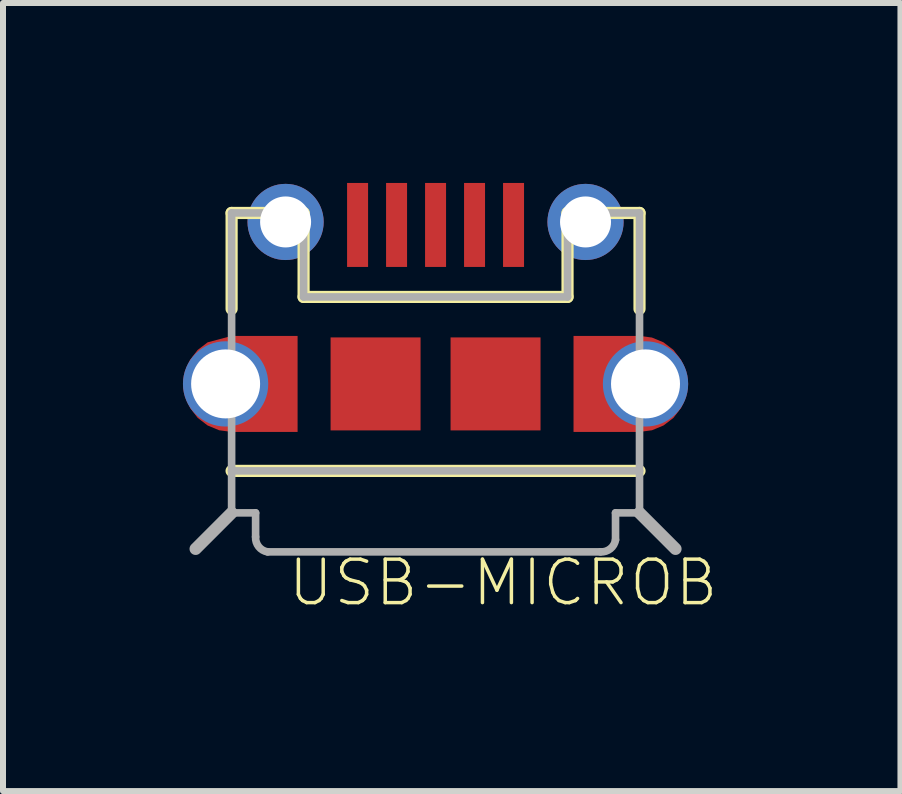
<source format=kicad_pcb>
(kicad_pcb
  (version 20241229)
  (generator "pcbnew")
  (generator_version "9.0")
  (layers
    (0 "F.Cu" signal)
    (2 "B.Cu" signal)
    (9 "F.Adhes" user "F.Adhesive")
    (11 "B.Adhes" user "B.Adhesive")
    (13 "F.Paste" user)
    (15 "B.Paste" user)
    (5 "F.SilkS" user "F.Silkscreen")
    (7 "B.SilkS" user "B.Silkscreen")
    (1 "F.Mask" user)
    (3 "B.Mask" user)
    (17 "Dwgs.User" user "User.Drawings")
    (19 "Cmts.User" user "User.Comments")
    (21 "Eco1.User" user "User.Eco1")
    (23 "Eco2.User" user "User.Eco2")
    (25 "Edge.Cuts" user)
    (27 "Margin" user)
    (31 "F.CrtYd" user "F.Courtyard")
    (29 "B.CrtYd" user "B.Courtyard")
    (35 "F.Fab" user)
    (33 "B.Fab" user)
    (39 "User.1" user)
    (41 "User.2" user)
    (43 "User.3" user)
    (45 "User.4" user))
  (footprint "USB-MICROB"
    (layer "F.Cu")
    (at 4.211 3.35)
    (property "Reference" "USB-MICROB" (at 4.75 2.89 180) (layer "F.SilkS") (effects (font (size 0.724 0.724) (thickness 0.058)) (justify right top)))
    (attr through_hole)
    (fp_poly (pts (xy -2.3 -0.8) (xy -2.3 0.8) (xy -3.4 0.8) (xy -3.607 0.773) (xy -3.8 0.693) (xy -3.966 0.566) (xy -4.093 0.4) (xy -4.2 0) (xy -4.173 -0.207) (xy -4.093 -0.4) (xy -3.966 -0.566) (xy -3.8 -0.693) (xy -3.4 -0.8)) (stroke (width 0) (type solid)) (fill yes) (layer "F.Cu"))
    (fp_poly (pts (xy 2.3 0.8) (xy 2.3 -0.8) (xy 3.4 -0.8) (xy 3.607 -0.773) (xy 3.8 -0.693) (xy 3.966 -0.566) (xy 4.093 -0.4) (xy 4.173 -0.207) (xy 4.2 0) (xy 4.173 0.207) (xy 4.093 0.4) (xy 3.966 0.566) (xy 3.8 0.693) (xy 3.607 0.773) (xy 3.4 0.8)) (stroke (width 0) (type solid)) (fill yes) (layer "F.Cu"))
    (fp_poly (pts (xy -2.3 -0.8) (xy -2.3 0.8) (xy -3.4 0.8) (xy -3.607 0.773) (xy -3.8 0.693) (xy -3.966 0.566) (xy -4.093 0.4) (xy -4.2 0) (xy -4.173 -0.207) (xy -4.093 -0.4) (xy -3.966 -0.566) (xy -3.8 -0.693) (xy -3.4 -0.8)) (stroke (width 0) (type solid)) (fill yes) (layer "F.Mask"))
    (fp_poly (pts (xy 2.3 0.8) (xy 2.3 -0.8) (xy 3.4 -0.8) (xy 3.607 -0.773) (xy 3.8 -0.693) (xy 3.966 -0.566) (xy 4.093 -0.4) (xy 4.173 -0.207) (xy 4.2 0) (xy 4.173 0.207) (xy 4.093 0.4) (xy 3.966 0.566) (xy 3.8 0.693) (xy 3.607 0.773) (xy 3.4 0.8)) (stroke (width 0) (type solid)) (fill yes) (layer "F.Mask"))
    (fp_line (start -3.4 -2.85) (end -2.2 -2.85) (stroke (width 0.203) (type solid)) (layer "F.SilkS"))
    (fp_line (start -3.4 -1.25) (end -3.4 -2.85) (stroke (width 0.203) (type solid)) (layer "F.SilkS"))
    (fp_line (start -3.4 1.45) (end 3.4 1.45) (stroke (width 0.203) (type solid)) (layer "F.SilkS"))
    (fp_line (start -2.2 -2.85) (end -2.2 -1.45) (stroke (width 0.203) (type solid)) (layer "F.SilkS"))
    (fp_line (start -2.2 -1.45) (end 2.2 -1.45) (stroke (width 0.203) (type solid)) (layer "F.SilkS"))
    (fp_line (start 2.2 -1.45) (end 2.2 -2.85) (stroke (width 0.203) (type solid)) (layer "F.SilkS"))
    (fp_line (start 3.4 -2.85) (end 2.2 -2.85) (stroke (width 0.203) (type solid)) (layer "F.SilkS"))
    (fp_line (start 3.4 -1.25) (end 3.4 -2.85) (stroke (width 0.203) (type solid)) (layer "F.SilkS"))
    (fp_line (start -3.4 -2.85) (end -2.2 -2.85) (stroke (width 0.127) (type solid)) (layer "F.Fab"))
    (fp_line (start -3.4 1.45) (end -3.4 -2.85) (stroke (width 0.127) (type solid)) (layer "F.Fab"))
    (fp_line (start -3.4 1.45) (end 3.4 1.45) (stroke (width 0.127) (type solid)) (layer "F.Fab"))
    (fp_line (start -3.4 2.15) (end -4 2.75) (stroke (width 0.203) (type solid)) (layer "F.Fab"))
    (fp_line (start -3.4 2.15) (end -3.4 1.45) (stroke (width 0.127) (type solid)) (layer "F.Fab"))
    (fp_line (start -3.4 2.15) (end -3 2.15) (stroke (width 0.127) (type solid)) (layer "F.Fab"))
    (fp_line (start -3 2.15) (end -3 2.55) (stroke (width 0.127) (type solid)) (layer "F.Fab"))
    (fp_line (start -2.8 2.8) (end 2.75 2.8) (stroke (width 0.127) (type solid)) (layer "F.Fab"))
    (fp_line (start -2.2 -1.45) (end -2.2 -2.85) (stroke (width 0.127) (type solid)) (layer "F.Fab"))
    (fp_line (start -2.2 -1.45) (end 2.2 -1.45) (stroke (width 0.127) (type solid)) (layer "F.Fab"))
    (fp_line (start 2.2 -1.45) (end 2.2 -2.85) (stroke (width 0.127) (type solid)) (layer "F.Fab"))
    (fp_line (start 3 2.15) (end 3.4 2.15) (stroke (width 0.127) (type solid)) (layer "F.Fab"))
    (fp_line (start 3 2.6) (end 3 2.15) (stroke (width 0.127) (type solid)) (layer "F.Fab"))
    (fp_line (start 3.4 -2.85) (end 2.2 -2.85) (stroke (width 0.127) (type solid)) (layer "F.Fab"))
    (fp_line (start 3.4 -2.85) (end 3.4 1.45) (stroke (width 0.127) (type solid)) (layer "F.Fab"))
    (fp_line (start 3.4 1.45) (end 3.4 2.15) (stroke (width 0.127) (type solid)) (layer "F.Fab"))
    (fp_line (start 3.4 2.15) (end 4 2.75) (stroke (width 0.203) (type solid)) (layer "F.Fab"))
    (fp_arc (start -2.799998 2.8) (mid -2.948325 2.713661) (end -3 2.55) (stroke (width 0.127) (type solid)) (layer "F.Fab"))
    (fp_arc (start 3 2.599998) (mid 2.913661 2.748325) (end 2.75 2.8) (stroke (width 0.127) (type solid)) (layer "F.Fab"))
    (pad "D+" smd rect (at 0 -2.65 90) (size 1.4 0.35) (layers "F.Cu" "F.Mask" "F.Paste"))
    (pad "D-" smd rect (at -0.65 -2.65 90) (size 1.4 0.35) (layers "F.Cu" "F.Mask" "F.Paste"))
    (pad "GND" smd rect (at 1.3 -2.65 90) (size 1.4 0.35) (layers "F.Cu" "F.Mask" "F.Paste"))
    (pad "ID" smd rect (at 0.65 -2.65 90) (size 1.4 0.35) (layers "F.Cu" "F.Mask" "F.Paste"))
    (pad "P1" smd rect (at -1 0 270) (size 1.55 1.5) (layers "F.Cu" "F.Mask" "F.Paste"))
    (pad "P2" smd rect (at 1 0 90) (size 1.55 1.5) (layers "F.Cu" "F.Mask" "F.Paste"))
    (pad "P3" thru_hole circle (at -3.5 0) (size 1.422 1.422) (drill 1.15) (layers "*.Cu" "*.Mask"))
    (pad "P4" thru_hole circle (at 3.5 0) (size 1.422 1.422) (drill 1.15) (layers "*.Cu" "*.Mask"))
    (pad "P5" thru_hole circle (at -2.5 -2.7) (size 1.27 1.27) (drill 0.85) (layers "*.Cu" "*.Mask"))
    (pad "P6" thru_hole circle (at 2.5 -2.7) (size 1.27 1.27) (drill 0.85) (layers "*.Cu" "*.Mask"))
    (pad "VBUS" smd rect (at -1.3 -2.65 90) (size 1.4 0.35) (layers "F.Cu" "F.Mask" "F.Paste")))
  (gr_rect
    (start -3 -3)
    (end 11.961 10.138)
    (stroke (width 0.1) (type default))
    (fill no)
    (layer "Edge.Cuts")))
</source>
